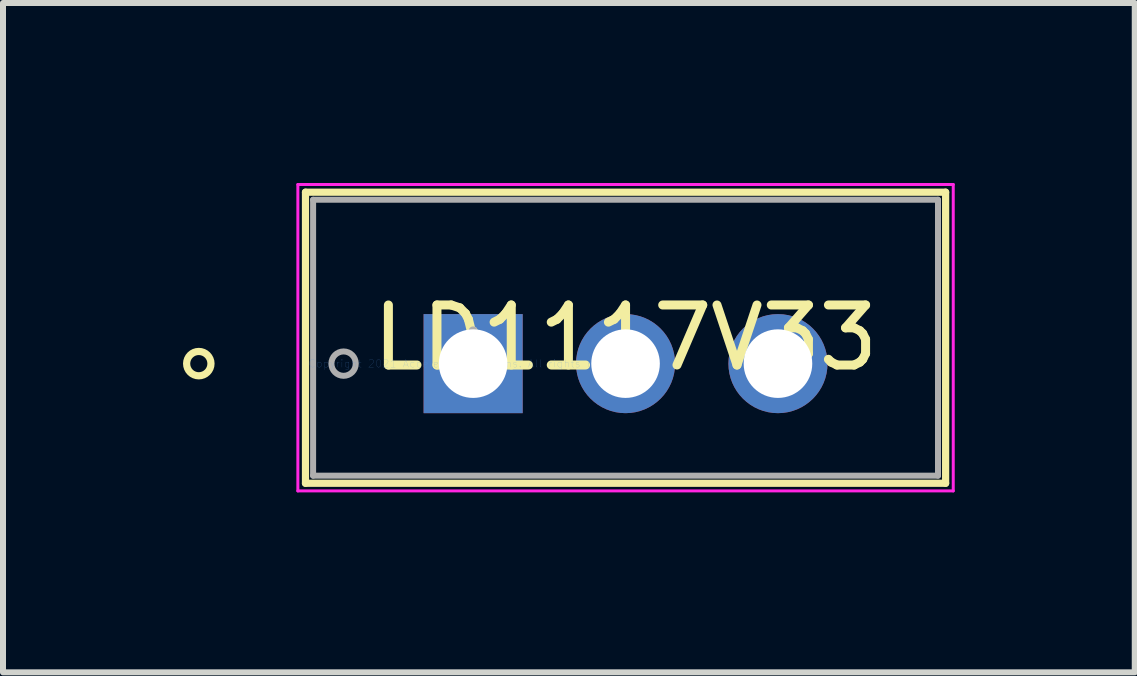
<source format=kicad_pcb>
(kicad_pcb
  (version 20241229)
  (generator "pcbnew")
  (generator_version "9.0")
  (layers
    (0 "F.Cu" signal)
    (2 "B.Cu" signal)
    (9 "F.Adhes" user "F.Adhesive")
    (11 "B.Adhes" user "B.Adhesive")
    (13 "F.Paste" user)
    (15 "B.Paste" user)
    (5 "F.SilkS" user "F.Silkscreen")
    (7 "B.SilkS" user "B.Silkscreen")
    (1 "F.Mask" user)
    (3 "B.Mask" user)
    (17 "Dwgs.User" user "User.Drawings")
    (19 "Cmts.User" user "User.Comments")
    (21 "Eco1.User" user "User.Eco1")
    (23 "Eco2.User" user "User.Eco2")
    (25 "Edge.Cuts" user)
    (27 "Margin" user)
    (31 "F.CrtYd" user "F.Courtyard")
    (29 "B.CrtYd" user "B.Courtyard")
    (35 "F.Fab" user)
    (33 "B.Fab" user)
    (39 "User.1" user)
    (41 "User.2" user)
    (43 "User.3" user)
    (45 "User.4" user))
  (footprint "LD1117V33"
    (layer "F.Cu")
    (at 4.835 3.01)
    (property "Reference" "LD1117V33" (at 2.54 -0.432 0) (layer "F.SilkS") (effects (font (size 1 1) (thickness 0.15))))
    (attr through_hole)
    (fp_line (start -2.794 -2.857) (end -2.794 1.994) (stroke (width 0.12) (type solid)) (layer "F.SilkS"))
    (fp_line (start -2.794 1.994) (end 7.874 1.994) (stroke (width 0.12) (type solid)) (layer "F.SilkS"))
    (fp_line (start 7.874 -2.857) (end -2.794 -2.857) (stroke (width 0.12) (type solid)) (layer "F.SilkS"))
    (fp_line (start 7.874 1.994) (end 7.874 -2.857) (stroke (width 0.12) (type solid)) (layer "F.SilkS"))
    (fp_circle (center -4.572 0) (end -4.369 0) (stroke (width 0.12) (type solid)) (fill no) (layer "F.SilkS"))
    (fp_line (start -2.921 -2.985) (end 8.001 -2.985) (stroke (width 0.05) (type solid)) (layer "F.CrtYd"))
    (fp_line (start -2.921 2.121) (end -2.921 -2.985) (stroke (width 0.05) (type solid)) (layer "F.CrtYd"))
    (fp_line (start 8.001 -2.985) (end 8.001 2.121) (stroke (width 0.05) (type solid)) (layer "F.CrtYd"))
    (fp_line (start 8.001 2.121) (end -2.921 2.121) (stroke (width 0.05) (type solid)) (layer "F.CrtYd"))
    (fp_line (start -2.667 -2.731) (end -2.667 1.867) (stroke (width 0.1) (type solid)) (layer "F.Fab"))
    (fp_line (start -2.667 1.867) (end 7.747 1.867) (stroke (width 0.1) (type solid)) (layer "F.Fab"))
    (fp_line (start -0.254 0) (end 0.254 0) (stroke (width 0.1) (type solid)) (layer "F.Fab"))
    (fp_line (start 0 0.254) (end 0 -0.254) (stroke (width 0.1) (type solid)) (layer "F.Fab"))
    (fp_line (start 7.747 -2.731) (end -2.667 -2.731) (stroke (width 0.1) (type solid)) (layer "F.Fab"))
    (fp_line (start 7.747 1.867) (end 7.747 -2.731) (stroke (width 0.1) (type solid)) (layer "F.Fab"))
    (fp_circle (center -2.159 0) (end -1.956 0) (stroke (width 0.1) (type solid)) (fill no) (layer "F.Fab"))
    (fp_text user "*" (at 0 0 0) (layer "F.SilkS") (effects (font (size 1 1) (thickness 0.15))))
    (fp_text user "Copyright 2021 Accelerated Designs. All rights reserved." (at 0 0 0) (layer "Cmts.User") (effects (font (size 0.127 0.127) (thickness 0.002))))
    (fp_text user "*" (at 0 0 0) (layer "F.Fab") (effects (font (size 1 1) (thickness 0.15))))
    (pad "1" thru_hole rect (at 0 0) (size 1.651 1.651) (drill 1.143) (layers "*.Cu" "*.Mask"))
    (pad "2" thru_hole circle (at 2.54 0) (size 1.651 1.651) (drill 1.143) (layers "*.Cu" "*.Mask"))
    (pad "3" thru_hole circle (at 5.08 0) (size 1.651 1.651) (drill 1.143) (layers "*.Cu" "*.Mask")))
  (gr_rect
    (start -3 -3)
    (end 15.861 8.155)
    (stroke (width 0.1) (type default))
    (fill no)
    (layer "Edge.Cuts")))
</source>
